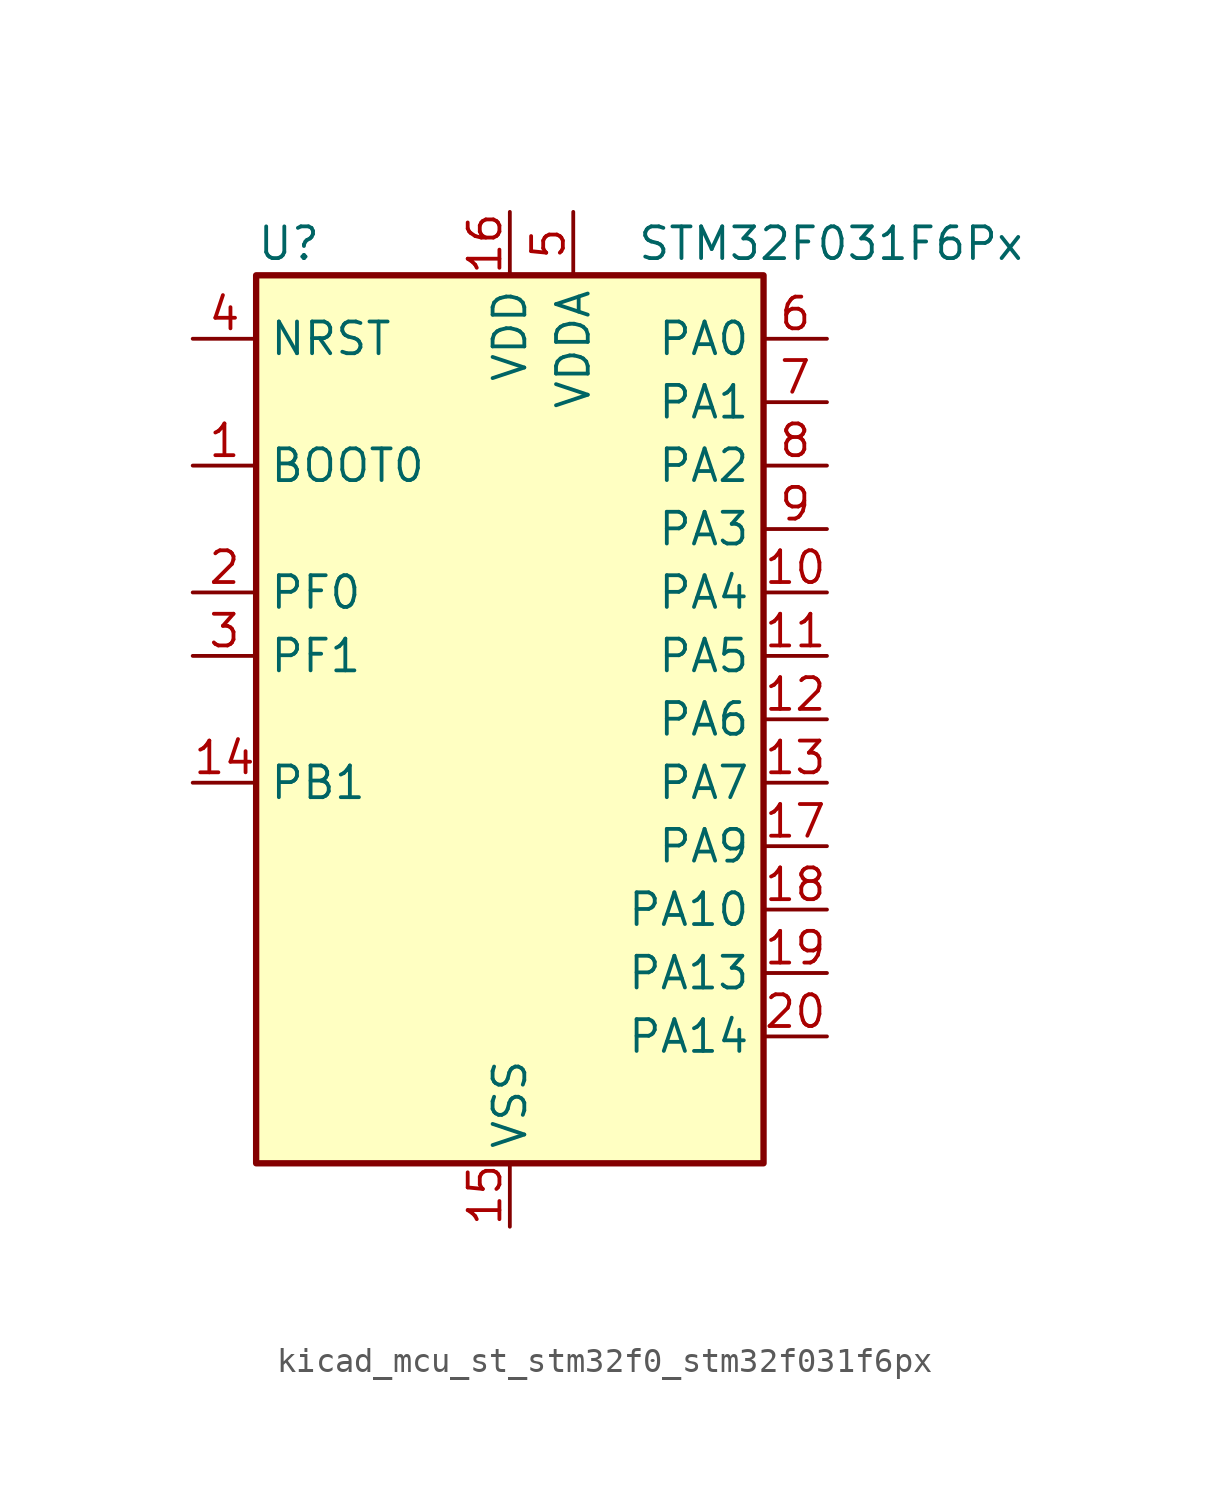
<source format=kicad_sym>
(kicad_symbol_lib
  (version 20220914)
  (generator kicad_symbol_editor)
  (symbol "kicad_mcu_st_stm32f0_stm32f031f6px"
    (property "Reference" "U"
      (at -10.16 19.05 0)
      (effects (font (size 1.27 1.27)) (justify left)))
    (property "Value" "STM32F031F6Px"
      (at 5.08 19.05 0)
      (effects (font (size 1.27 1.27)) (justify left)))
    (property "ki_locked" ""
      (at 0 0 0)
      (effects (font (size 1.27 1.27))))
    (symbol "kicad_mcu_st_stm32f0_stm32f031f6px_0_1"
      (rectangle (start -10.16 -17.78) (end 10.16 17.78) (stroke (width 0.254) (type default)) (fill (type background))))
    (symbol "kicad_mcu_st_stm32f0_stm32f031f6px_1_1"
      (pin input line (at -12.7 10.16 0) (length 2.54) (name "BOOT0" (effects (font (size 1.27 1.27)))) (number "1" (effects (font (size 1.27 1.27)))))
      (pin bidirectional line (at 12.7 5.08 180) (length 2.54) (name "PA4" (effects (font (size 1.27 1.27)))) (number "10" (effects (font (size 1.27 1.27)))) (alternate "ADC_IN4" bidirectional line) (alternate "I2S1_WS" bidirectional line) (alternate "SPI1_NSS" bidirectional line) (alternate "TIM14_CH1" bidirectional line) (alternate "USART1_CK" bidirectional line))
      (pin bidirectional line (at 12.7 2.54 180) (length 2.54) (name "PA5" (effects (font (size 1.27 1.27)))) (number "11" (effects (font (size 1.27 1.27)))) (alternate "ADC_IN5" bidirectional line) (alternate "I2S1_CK" bidirectional line) (alternate "SPI1_SCK" bidirectional line) (alternate "TIM2_CH1" bidirectional line) (alternate "TIM2_ETR" bidirectional line))
      (pin bidirectional line (at 12.7 0 180) (length 2.54) (name "PA6" (effects (font (size 1.27 1.27)))) (number "12" (effects (font (size 1.27 1.27)))) (alternate "ADC_IN6" bidirectional line) (alternate "I2S1_MCK" bidirectional line) (alternate "SPI1_MISO" bidirectional line) (alternate "TIM16_CH1" bidirectional line) (alternate "TIM1_BKIN" bidirectional line) (alternate "TIM3_CH1" bidirectional line))
      (pin bidirectional line (at 12.7 -2.54 180) (length 2.54) (name "PA7" (effects (font (size 1.27 1.27)))) (number "13" (effects (font (size 1.27 1.27)))) (alternate "ADC_IN7" bidirectional line) (alternate "I2S1_SD" bidirectional line) (alternate "SPI1_MOSI" bidirectional line) (alternate "TIM14_CH1" bidirectional line) (alternate "TIM17_CH1" bidirectional line) (alternate "TIM1_CH1N" bidirectional line) (alternate "TIM3_CH2" bidirectional line))
      (pin bidirectional line (at -12.7 -2.54 0) (length 2.54) (name "PB1" (effects (font (size 1.27 1.27)))) (number "14" (effects (font (size 1.27 1.27)))) (alternate "ADC_IN9" bidirectional line) (alternate "TIM14_CH1" bidirectional line) (alternate "TIM1_CH3N" bidirectional line) (alternate "TIM3_CH4" bidirectional line))
      (pin power_in line (at 0 -20.32 90) (length 2.54) (name "VSS" (effects (font (size 1.27 1.27)))) (number "15" (effects (font (size 1.27 1.27)))))
      (pin power_in line (at 0 20.32 270) (length 2.54) (name "VDD" (effects (font (size 1.27 1.27)))) (number "16" (effects (font (size 1.27 1.27)))))
      (pin bidirectional line (at 12.7 -5.08 180) (length 2.54) (name "PA9" (effects (font (size 1.27 1.27)))) (number "17" (effects (font (size 1.27 1.27)))) (alternate "I2C1_SCL" bidirectional line) (alternate "TIM1_CH2" bidirectional line) (alternate "USART1_TX" bidirectional line))
      (pin bidirectional line (at 12.7 -7.62 180) (length 2.54) (name "PA10" (effects (font (size 1.27 1.27)))) (number "18" (effects (font (size 1.27 1.27)))) (alternate "I2C1_SDA" bidirectional line) (alternate "TIM17_BKIN" bidirectional line) (alternate "TIM1_CH3" bidirectional line) (alternate "USART1_RX" bidirectional line))
      (pin bidirectional line (at 12.7 -10.16 180) (length 2.54) (name "PA13" (effects (font (size 1.27 1.27)))) (number "19" (effects (font (size 1.27 1.27)))) (alternate "IR_OUT" bidirectional line) (alternate "SYS_SWDIO" bidirectional line))
      (pin bidirectional line (at -12.7 5.08 0) (length 2.54) (name "PF0" (effects (font (size 1.27 1.27)))) (number "2" (effects (font (size 1.27 1.27)))) (alternate "RCC_OSC_IN" bidirectional line))
      (pin bidirectional line (at 12.7 -12.7 180) (length 2.54) (name "PA14" (effects (font (size 1.27 1.27)))) (number "20" (effects (font (size 1.27 1.27)))) (alternate "SYS_SWCLK" bidirectional line) (alternate "USART1_TX" bidirectional line))
      (pin bidirectional line (at -12.7 2.54 0) (length 2.54) (name "PF1" (effects (font (size 1.27 1.27)))) (number "3" (effects (font (size 1.27 1.27)))) (alternate "RCC_OSC_OUT" bidirectional line))
      (pin input line (at -12.7 15.24 0) (length 2.54) (name "NRST" (effects (font (size 1.27 1.27)))) (number "4" (effects (font (size 1.27 1.27)))))
      (pin power_in line (at 2.54 20.32 270) (length 2.54) (name "VDDA" (effects (font (size 1.27 1.27)))) (number "5" (effects (font (size 1.27 1.27)))))
      (pin bidirectional line (at 12.7 15.24 180) (length 2.54) (name "PA0" (effects (font (size 1.27 1.27)))) (number "6" (effects (font (size 1.27 1.27)))) (alternate "ADC_IN0" bidirectional line) (alternate "RTC_TAMP2" bidirectional line) (alternate "SYS_WKUP1" bidirectional line) (alternate "TIM2_CH1" bidirectional line) (alternate "TIM2_ETR" bidirectional line) (alternate "USART1_CTS" bidirectional line))
      (pin bidirectional line (at 12.7 12.7 180) (length 2.54) (name "PA1" (effects (font (size 1.27 1.27)))) (number "7" (effects (font (size 1.27 1.27)))) (alternate "ADC_IN1" bidirectional line) (alternate "TIM2_CH2" bidirectional line) (alternate "USART1_DE" bidirectional line) (alternate "USART1_RTS" bidirectional line))
      (pin bidirectional line (at 12.7 10.16 180) (length 2.54) (name "PA2" (effects (font (size 1.27 1.27)))) (number "8" (effects (font (size 1.27 1.27)))) (alternate "ADC_IN2" bidirectional line) (alternate "TIM2_CH3" bidirectional line) (alternate "USART1_TX" bidirectional line))
      (pin bidirectional line (at 12.7 7.62 180) (length 2.54) (name "PA3" (effects (font (size 1.27 1.27)))) (number "9" (effects (font (size 1.27 1.27)))) (alternate "ADC_IN3" bidirectional line) (alternate "TIM2_CH4" bidirectional line) (alternate "USART1_RX" bidirectional line)))))
</source>
